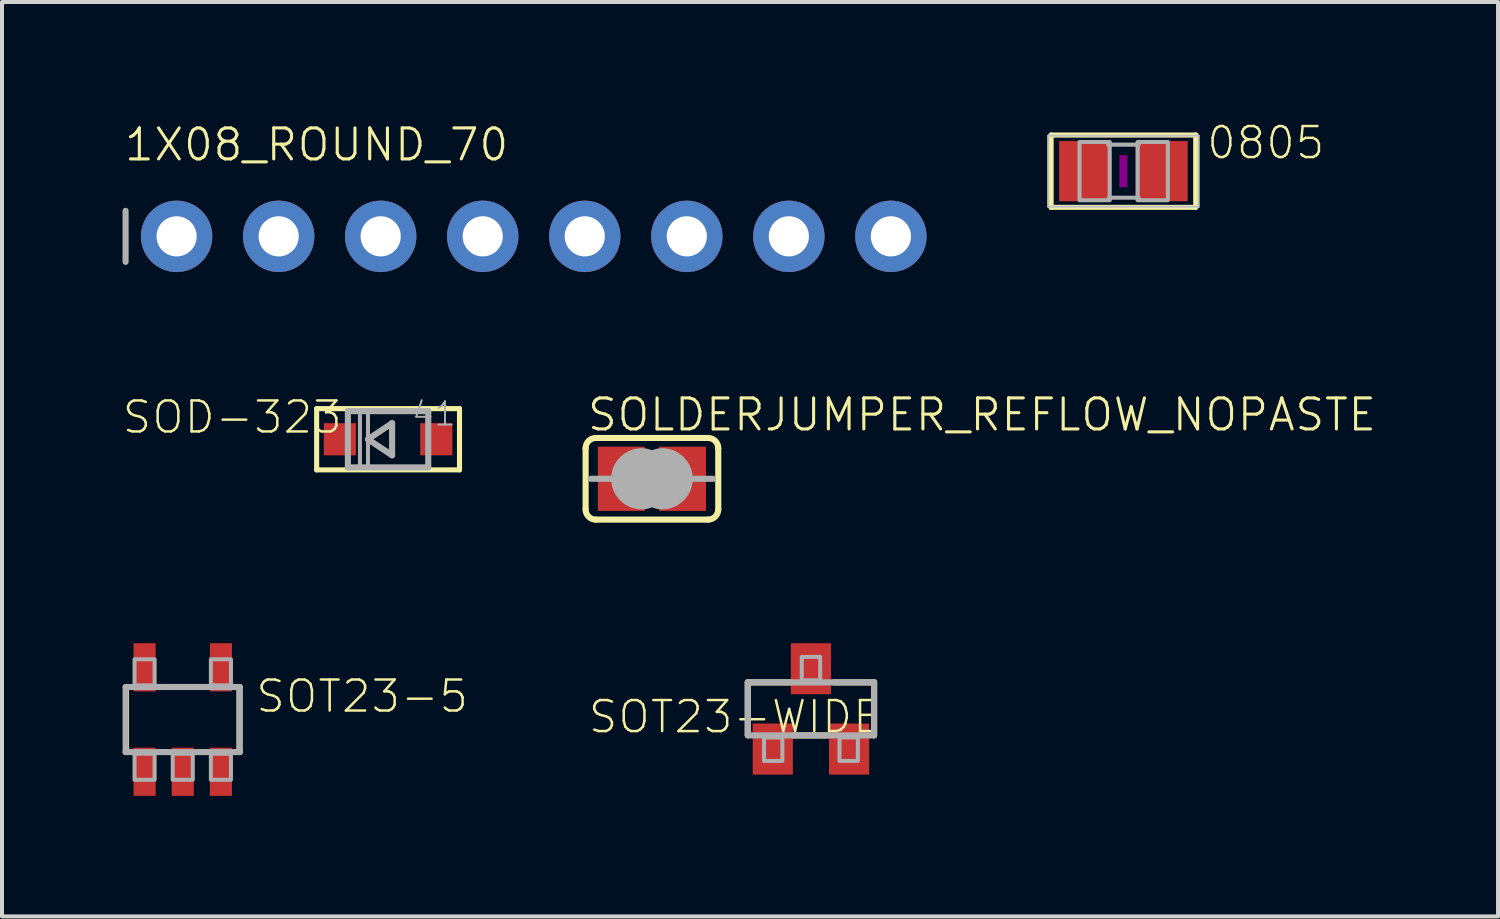
<source format=kicad_pcb>
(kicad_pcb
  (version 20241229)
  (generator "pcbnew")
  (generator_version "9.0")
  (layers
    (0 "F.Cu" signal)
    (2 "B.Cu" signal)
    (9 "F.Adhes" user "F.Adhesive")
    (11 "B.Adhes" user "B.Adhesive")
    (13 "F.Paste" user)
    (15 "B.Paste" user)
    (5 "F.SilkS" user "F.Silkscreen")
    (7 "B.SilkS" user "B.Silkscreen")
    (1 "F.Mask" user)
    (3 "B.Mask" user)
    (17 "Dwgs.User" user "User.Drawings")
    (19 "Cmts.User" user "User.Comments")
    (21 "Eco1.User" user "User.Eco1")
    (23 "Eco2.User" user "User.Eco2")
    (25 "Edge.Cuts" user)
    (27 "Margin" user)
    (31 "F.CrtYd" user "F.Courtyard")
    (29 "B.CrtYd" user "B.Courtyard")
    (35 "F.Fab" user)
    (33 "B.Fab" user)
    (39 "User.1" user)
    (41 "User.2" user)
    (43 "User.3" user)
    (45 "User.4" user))
  (footprint "1X08_ROUND_70"
    (layer "F.Cu")
    (at 10.236 2.833)
    (property "Reference" "1X08_ROUND_70" (at -10.236 -1.829 0) (layer "F.SilkS") (effects (font (size 0.772 0.772) (thickness 0.077)) (justify left bottom)))
    (attr through_hole)
    (fp_line (start -10.16 -0.635) (end -10.16 0.635) (stroke (width 0.152) (type solid)) (layer "F.Fab"))
    (fp_poly (pts (xy -9.144 0.254) (xy -8.636 0.254) (xy -8.636 -0.254) (xy -9.144 -0.254)) (stroke (width 0.1) (type solid)) (fill no) (layer "F.Fab"))
    (fp_poly (pts (xy -6.604 0.254) (xy -6.096 0.254) (xy -6.096 -0.254) (xy -6.604 -0.254)) (stroke (width 0.1) (type solid)) (fill no) (layer "F.Fab"))
    (fp_poly (pts (xy -4.064 0.254) (xy -3.556 0.254) (xy -3.556 -0.254) (xy -4.064 -0.254)) (stroke (width 0.1) (type solid)) (fill no) (layer "F.Fab"))
    (fp_poly (pts (xy -1.524 0.254) (xy -1.016 0.254) (xy -1.016 -0.254) (xy -1.524 -0.254)) (stroke (width 0.1) (type solid)) (fill no) (layer "F.Fab"))
    (fp_poly (pts (xy 1.016 0.254) (xy 1.524 0.254) (xy 1.524 -0.254) (xy 1.016 -0.254)) (stroke (width 0.1) (type solid)) (fill no) (layer "F.Fab"))
    (fp_poly (pts (xy 3.556 0.254) (xy 4.064 0.254) (xy 4.064 -0.254) (xy 3.556 -0.254)) (stroke (width 0.1) (type solid)) (fill no) (layer "F.Fab"))
    (fp_poly (pts (xy 6.096 0.254) (xy 6.604 0.254) (xy 6.604 -0.254) (xy 6.096 -0.254)) (stroke (width 0.1) (type solid)) (fill no) (layer "F.Fab"))
    (fp_poly (pts (xy 8.636 0.254) (xy 9.144 0.254) (xy 9.144 -0.254) (xy 8.636 -0.254)) (stroke (width 0.1) (type solid)) (fill no) (layer "F.Fab"))
    (pad "1" thru_hole circle (at -8.89 0 90) (size 1.778 1.778) (drill 1) (layers "*.Cu" "*.Mask"))
    (pad "2" thru_hole circle (at -6.35 0 90) (size 1.778 1.778) (drill 1) (layers "*.Cu" "*.Mask"))
    (pad "3" thru_hole circle (at -3.81 0 90) (size 1.778 1.778) (drill 1) (layers "*.Cu" "*.Mask"))
    (pad "4" thru_hole circle (at -1.27 0 90) (size 1.778 1.778) (drill 1) (layers "*.Cu" "*.Mask"))
    (pad "5" thru_hole circle (at 1.27 0 90) (size 1.778 1.778) (drill 1) (layers "*.Cu" "*.Mask"))
    (pad "6" thru_hole circle (at 3.81 0 90) (size 1.778 1.778) (drill 1) (layers "*.Cu" "*.Mask"))
    (pad "7" thru_hole circle (at 6.35 0 90) (size 1.778 1.778) (drill 1) (layers "*.Cu" "*.Mask"))
    (pad "8" thru_hole circle (at 8.89 0 90) (size 1.778 1.778) (drill 1) (layers "*.Cu" "*.Mask")))
  (footprint "SOT23-5"
    (layer "F.Cu")
    (at 1.499 14.861)
    (property "Reference" "SOT23-5" (at 1.778 -0.127 180) (layer "F.SilkS") (effects (font (size 0.772 0.772) (thickness 0.062)) (justify left bottom)))
    (attr through_hole)
    (fp_line (start -1.4 -0.8) (end -1.4 0.8) (stroke (width 0.127) (type solid)) (layer "F.SilkS"))
    (fp_line (start -1.4 0.8) (end -1.3 0.8) (stroke (width 0.127) (type solid)) (layer "F.SilkS"))
    (fp_line (start -1.3 -0.8) (end -1.4 -0.8) (stroke (width 0.127) (type solid)) (layer "F.SilkS"))
    (fp_line (start -0.6 -0.8) (end 0.6 -0.8) (stroke (width 0.127) (type solid)) (layer "F.SilkS"))
    (fp_line (start -0.6 0.8) (end -0.4 0.8) (stroke (width 0.127) (type solid)) (layer "F.SilkS"))
    (fp_line (start 0.4 0.8) (end 0.6 0.8) (stroke (width 0.127) (type solid)) (layer "F.SilkS"))
    (fp_line (start 1.3 -0.8) (end 1.4 -0.8) (stroke (width 0.127) (type solid)) (layer "F.SilkS"))
    (fp_line (start 1.4 -0.8) (end 1.4 0.8) (stroke (width 0.127) (type solid)) (layer "F.SilkS"))
    (fp_line (start 1.4 0.8) (end 1.3 0.8) (stroke (width 0.127) (type solid)) (layer "F.SilkS"))
    (fp_line (start -1.422 -0.81) (end 1.422 -0.81) (stroke (width 0.152) (type solid)) (layer "F.Fab"))
    (fp_line (start -1.422 0.81) (end -1.422 -0.81) (stroke (width 0.152) (type solid)) (layer "F.Fab"))
    (fp_line (start 1.422 -0.81) (end 1.422 0.81) (stroke (width 0.152) (type solid)) (layer "F.Fab"))
    (fp_line (start 1.422 0.81) (end -1.422 0.81) (stroke (width 0.152) (type solid)) (layer "F.Fab"))
    (fp_poly (pts (xy -1.2 -0.85) (xy -0.7 -0.85) (xy -0.7 -1.5) (xy -1.2 -1.5)) (stroke (width 0.1) (type solid)) (fill no) (layer "F.Fab"))
    (fp_poly (pts (xy -1.2 1.5) (xy -0.7 1.5) (xy -0.7 0.85) (xy -1.2 0.85)) (stroke (width 0.1) (type solid)) (fill no) (layer "F.Fab"))
    (fp_poly (pts (xy -0.25 1.5) (xy 0.25 1.5) (xy 0.25 0.85) (xy -0.25 0.85)) (stroke (width 0.1) (type solid)) (fill no) (layer "F.Fab"))
    (fp_poly (pts (xy 0.7 -0.85) (xy 1.2 -0.85) (xy 1.2 -1.5) (xy 0.7 -1.5)) (stroke (width 0.1) (type solid)) (fill no) (layer "F.Fab"))
    (fp_poly (pts (xy 0.7 1.5) (xy 1.2 1.5) (xy 1.2 0.85) (xy 0.7 0.85)) (stroke (width 0.1) (type solid)) (fill no) (layer "F.Fab"))
    (pad "1" smd rect (at -0.95 1.3) (size 0.55 1.2) (layers "F.Cu" "F.Mask" "F.Paste"))
    (pad "2" smd rect (at 0 1.3) (size 0.55 1.2) (layers "F.Cu" "F.Mask" "F.Paste"))
    (pad "3" smd rect (at 0.95 1.3) (size 0.55 1.2) (layers "F.Cu" "F.Mask" "F.Paste"))
    (pad "4" smd rect (at 0.95 -1.3) (size 0.55 1.2) (layers "F.Cu" "F.Mask" "F.Paste"))
    (pad "5" smd rect (at -0.95 -1.3) (size 0.55 1.2) (layers "F.Cu" "F.Mask" "F.Paste")))
  (footprint "SOT23-WIDE"
    (layer "F.Cu")
    (at 17.136 14.596)
    (property "Reference" "SOT23-WIDE" (at 1.778 -0.254 0) (layer "F.SilkS") (effects (font (size 0.772 0.772) (thickness 0.062)) (justify right top)))
    (attr through_hole)
    (fp_line (start -1.572 -0.66) (end -0.514 -0.66) (stroke (width 0.152) (type solid)) (layer "F.SilkS"))
    (fp_line (start -1.572 0.652) (end -1.572 -0.66) (stroke (width 0.152) (type solid)) (layer "F.SilkS"))
    (fp_line (start 0.422 0.66) (end -0.436 0.66) (stroke (width 0.152) (type solid)) (layer "F.SilkS"))
    (fp_line (start 0.564 -0.66) (end 1.572 -0.66) (stroke (width 0.152) (type solid)) (layer "F.SilkS"))
    (fp_line (start 1.572 -0.66) (end 1.572 0.652) (stroke (width 0.152) (type solid)) (layer "F.SilkS"))
    (fp_line (start -1.572 -0.66) (end 1.572 -0.66) (stroke (width 0.152) (type solid)) (layer "F.Fab"))
    (fp_line (start -1.572 0.66) (end -1.572 -0.66) (stroke (width 0.152) (type solid)) (layer "F.Fab"))
    (fp_line (start 1.572 -0.66) (end 1.572 0.66) (stroke (width 0.152) (type solid)) (layer "F.Fab"))
    (fp_line (start 1.572 0.66) (end -1.572 0.66) (stroke (width 0.152) (type solid)) (layer "F.Fab"))
    (fp_poly (pts (xy -1.168 1.295) (xy -0.711 1.295) (xy -0.711 0.711) (xy -1.168 0.711)) (stroke (width 0.1) (type solid)) (fill no) (layer "F.Fab"))
    (fp_poly (pts (xy -0.229 -0.711) (xy 0.229 -0.711) (xy 0.229 -1.295) (xy -0.229 -1.295)) (stroke (width 0.1) (type solid)) (fill no) (layer "F.Fab"))
    (fp_poly (pts (xy 0.711 1.295) (xy 1.168 1.295) (xy 1.168 0.711) (xy 0.711 0.711)) (stroke (width 0.1) (type solid)) (fill no) (layer "F.Fab"))
    (pad "1" smd rect (at -0.95 1) (size 1 1.27) (layers "F.Cu" "F.Mask" "F.Paste"))
    (pad "2" smd rect (at 0.95 1) (size 1 1.27) (layers "F.Cu" "F.Mask" "F.Paste"))
    (pad "3" smd rect (at 0 -1) (size 1 1.27) (layers "F.Cu" "F.Mask" "F.Paste")))
  (footprint "SOD-323"
    (layer "F.Cu")
    (at 6.61 7.884)
    (property "Reference" "SOD-323" (at -1.1 -1 180) (layer "F.SilkS") (effects (font (size 0.772 0.772) (thickness 0.062)) (justify right top)))
    (attr through_hole)
    (fp_line (start -1.778 -0.762) (end 1.778 -0.762) (stroke (width 0.127) (type solid)) (layer "F.SilkS"))
    (fp_line (start -1.778 0.762) (end -1.778 -0.762) (stroke (width 0.127) (type solid)) (layer "F.SilkS"))
    (fp_line (start 1.778 -0.762) (end 1.778 0.762) (stroke (width 0.127) (type solid)) (layer "F.SilkS"))
    (fp_line (start 1.778 0.762) (end -1.778 0.762) (stroke (width 0.127) (type solid)) (layer "F.SilkS"))
    (fp_line (start -1 -0.7) (end 1 -0.7) (stroke (width 0.152) (type solid)) (layer "F.Fab"))
    (fp_line (start -1 0.7) (end -1 -0.7) (stroke (width 0.152) (type solid)) (layer "F.Fab"))
    (fp_line (start -0.5 0) (end 0.1 -0.4) (stroke (width 0.152) (type solid)) (layer "F.Fab"))
    (fp_line (start 0.1 -0.4) (end 0.1 0.4) (stroke (width 0.152) (type solid)) (layer "F.Fab"))
    (fp_line (start 0.1 0.4) (end -0.5 0) (stroke (width 0.152) (type solid)) (layer "F.Fab"))
    (fp_line (start 1 -0.7) (end 1 0.7) (stroke (width 0.152) (type solid)) (layer "F.Fab"))
    (fp_line (start 1 0.7) (end -1 0.7) (stroke (width 0.152) (type solid)) (layer "F.Fab"))
    (fp_poly (pts (xy -0.7 0.7) (xy -0.5 0.7) (xy -0.5 -0.7) (xy -0.7 -0.7)) (stroke (width 0.1) (type solid)) (fill no) (layer "F.Fab"))
    (fp_text user "41" (at 0.557 -0.292 180) (layer "F.Fab") (effects (font (size 0.579 0.579) (thickness 0.049)) (justify left bottom)))
    (pad "A" smd rect (at 1.2 0) (size 0.8 0.8) (layers "F.Cu" "F.Mask" "F.Paste"))
    (pad "C" smd rect (at -1.2 0) (size 0.8 0.8) (layers "F.Cu" "F.Mask" "F.Paste")))
  (footprint "SOLDERJUMPER_REFLOW_NOPASTE"
    (layer "F.Cu")
    (at 13.178 8.868)
    (property "Reference" "SOLDERJUMPER_REFLOW_NOPASTE" (at -1.651 -1.143 180) (layer "F.SilkS") (effects (font (size 0.772 0.772) (thickness 0.077)) (justify left bottom)))
    (attr through_hole)
    (fp_poly (pts (xy -0.076 0.914) (xy 0.076 0.914) (xy 0.076 -0.914) (xy -0.076 -0.914)) (stroke (width 0) (type solid)) (fill yes) (layer "F.Mask"))
    (fp_line (start -1.651 0.762) (end -1.651 -0.762) (stroke (width 0.152) (type solid)) (layer "F.SilkS"))
    (fp_line (start -1.397 -1.016) (end 1.397 -1.016) (stroke (width 0.152) (type solid)) (layer "F.SilkS"))
    (fp_line (start 1.397 1.016) (end -1.397 1.016) (stroke (width 0.152) (type solid)) (layer "F.SilkS"))
    (fp_line (start 1.651 0.762) (end 1.651 -0.762) (stroke (width 0.152) (type solid)) (layer "F.SilkS"))
    (fp_arc (start -1.651 -0.762) (mid -1.576605 -0.941605) (end -1.397 -1.016) (stroke (width 0.1524) (type solid)) (layer "F.SilkS"))
    (fp_arc (start -1.397 1.016) (mid -1.576605 0.941605) (end -1.651 0.762) (stroke (width 0.1524) (type solid)) (layer "F.SilkS"))
    (fp_arc (start 1.397 -1.016) (mid 1.576605 -0.941605) (end 1.651 -0.762) (stroke (width 0.1524) (type solid)) (layer "F.SilkS"))
    (fp_arc (start 1.651 0.762) (mid 1.576605 0.941605) (end 1.397 1.016) (stroke (width 0.1524) (type solid)) (layer "F.SilkS"))
    (fp_line (start -1.016 0) (end -1.524 0) (stroke (width 0.152) (type solid)) (layer "F.Fab"))
    (fp_line (start 1.016 0) (end 1.524 0) (stroke (width 0.152) (type solid)) (layer "F.Fab"))
    (fp_arc (start -0.254 0.127) (mid -0.381 0) (end -0.254 -0.127) (stroke (width 1.27) (type solid)) (layer "F.Fab"))
    (fp_arc (start 0.254 -0.127) (mid 0.381 0) (end 0.254 0.127) (stroke (width 1.27) (type solid)) (layer "F.Fab"))
    (pad "1" smd rect (at -0.762 0) (size 1.168 1.6) (layers "F.Cu" "F.Mask"))
    (pad "2" smd rect (at 0.762 0) (size 1.168 1.6) (layers "F.Cu" "F.Mask")))
  (footprint "0805"
    (layer "F.Cu")
    (at 24.914 1.211)
    (property "Reference" "0805" (at 2.032 -0.254 180) (layer "F.SilkS") (effects (font (size 0.772 0.772) (thickness 0.062)) (justify left bottom)))
    (attr through_hole)
    (fp_line (start -1.8 -0.9) (end 1.8 -0.9) (stroke (width 0.127) (type solid)) (layer "F.SilkS"))
    (fp_line (start -1.8 0.9) (end -1.8 -0.9) (stroke (width 0.127) (type solid)) (layer "F.SilkS"))
    (fp_line (start 1.8 -0.9) (end 1.8 0.9) (stroke (width 0.127) (type solid)) (layer "F.SilkS"))
    (fp_line (start 1.8 0.9) (end -1.8 0.9) (stroke (width 0.127) (type solid)) (layer "F.SilkS"))
    (fp_poly (pts (xy -0.1 0.4) (xy 0.1 0.4) (xy 0.1 -0.4) (xy -0.1 -0.4)) (stroke (width 0) (type solid)) (fill yes) (layer "F.Adhes"))
    (fp_line (start -1.873 -0.883) (end 1.873 -0.883) (stroke (width 0.051) (type solid)) (layer "Dwgs.User"))
    (fp_line (start -1.873 0.883) (end -1.873 -0.883) (stroke (width 0.051) (type solid)) (layer "Dwgs.User"))
    (fp_line (start 1.873 -0.883) (end 1.873 0.883) (stroke (width 0.051) (type solid)) (layer "Dwgs.User"))
    (fp_line (start 1.873 0.883) (end -1.873 0.883) (stroke (width 0.051) (type solid)) (layer "Dwgs.User"))
    (fp_line (start -0.381 -0.66) (end 0.381 -0.66) (stroke (width 0.102) (type solid)) (layer "F.Fab"))
    (fp_line (start -0.356 0.66) (end 0.381 0.66) (stroke (width 0.102) (type solid)) (layer "F.Fab"))
    (fp_poly (pts (xy -1.092 0.724) (xy -0.342 0.724) (xy -0.342 -0.726) (xy -1.092 -0.726)) (stroke (width 0.1) (type solid)) (fill no) (layer "F.Fab"))
    (fp_poly (pts (xy 0.356 0.724) (xy 1.106 0.724) (xy 1.106 -0.726) (xy 0.356 -0.726)) (stroke (width 0.1) (type solid)) (fill no) (layer "F.Fab"))
    (pad "1" smd rect (at -0.95 0) (size 1.3 1.5) (layers "F.Cu" "F.Mask" "F.Paste"))
    (pad "2" smd rect (at 0.95 0) (size 1.3 1.5) (layers "F.Cu" "F.Mask" "F.Paste")))
  (gr_rect
    (start -3 -3)
    (end 34.239 19.761)
    (stroke (width 0.1) (type default))
    (fill no)
    (layer "Edge.Cuts")))
</source>
